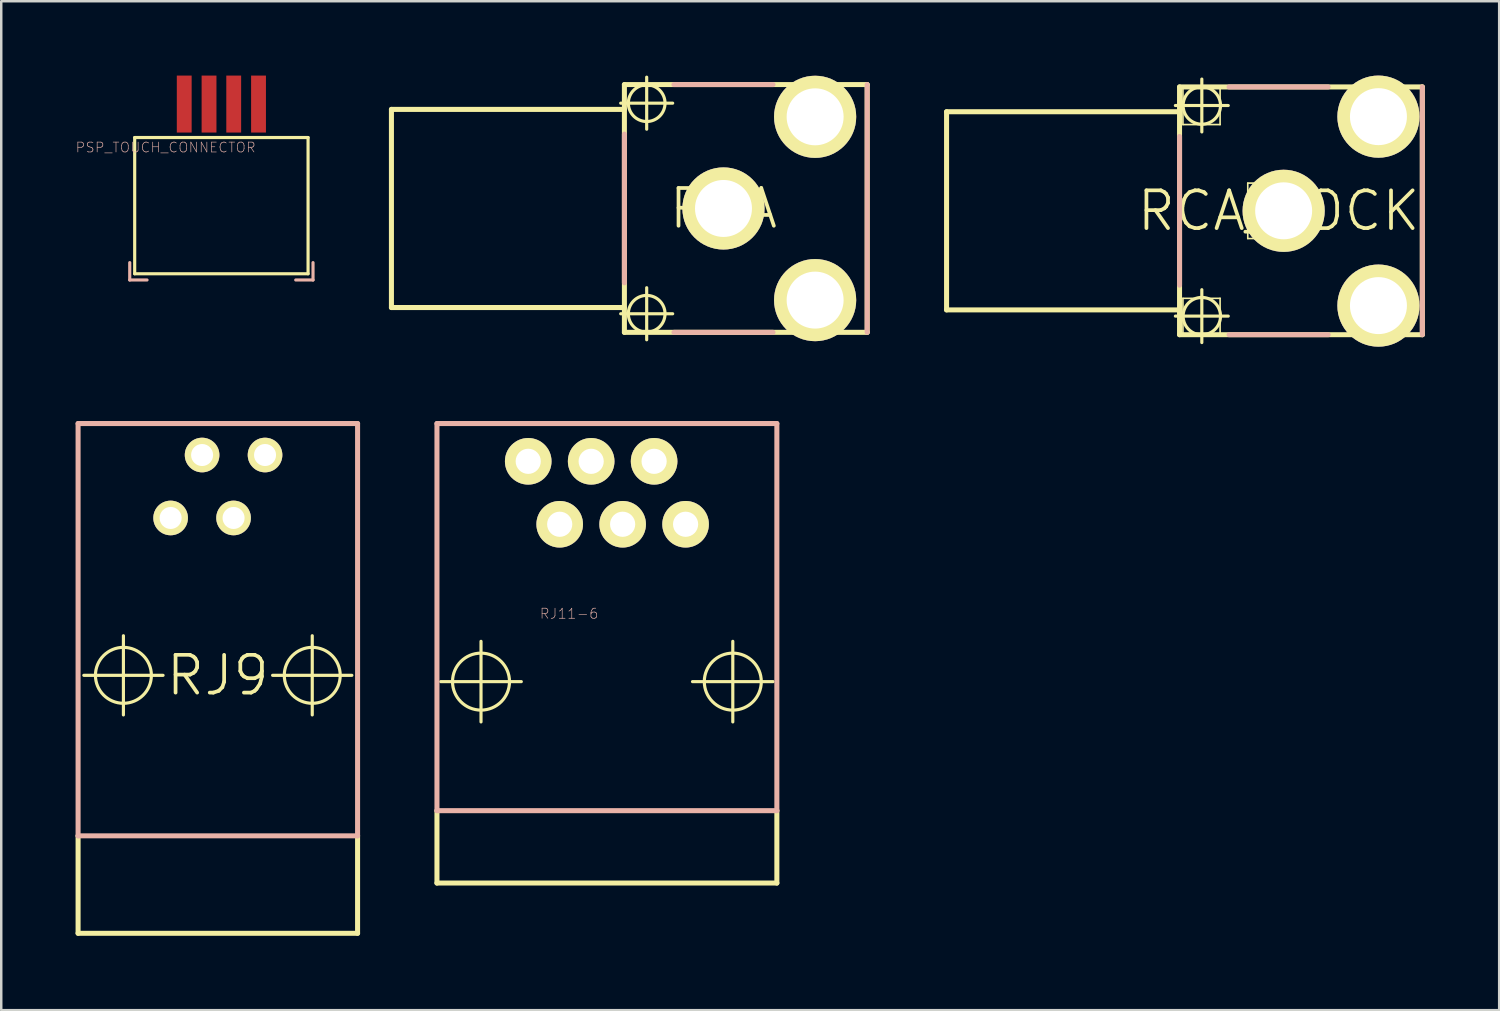
<source format=kicad_pcb>
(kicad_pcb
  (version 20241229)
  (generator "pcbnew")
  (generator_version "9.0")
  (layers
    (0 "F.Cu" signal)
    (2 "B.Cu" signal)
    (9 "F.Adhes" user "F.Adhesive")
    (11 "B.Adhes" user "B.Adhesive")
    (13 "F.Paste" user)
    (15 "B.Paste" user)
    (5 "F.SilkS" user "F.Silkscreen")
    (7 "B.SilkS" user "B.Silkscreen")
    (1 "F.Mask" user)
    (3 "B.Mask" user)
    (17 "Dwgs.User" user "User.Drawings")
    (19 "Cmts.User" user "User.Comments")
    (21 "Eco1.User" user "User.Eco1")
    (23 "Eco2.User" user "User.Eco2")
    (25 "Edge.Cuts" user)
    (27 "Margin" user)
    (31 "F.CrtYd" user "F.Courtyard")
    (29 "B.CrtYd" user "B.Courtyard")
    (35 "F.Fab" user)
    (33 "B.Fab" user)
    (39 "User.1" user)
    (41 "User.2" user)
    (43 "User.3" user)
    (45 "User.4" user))
  (footprint "PSP_TOUCH_CONNECTOR"
    (layer "F.Cu")
    (at 5.883 3.999)
    (property "Reference" "PSP_TOUCH_CONNECTOR" (at -2.248 -1.1 0) (layer "B.SilkS") (effects (font (size 0.399 0.399) (thickness 0.025))))
    (attr smd)
    (fp_line (start -3.498 -1.499) (end 3.498 -1.499) (stroke (width 0.127) (type solid)) (layer "F.SilkS"))
    (fp_line (start -3.498 3.998) (end -3.498 -1.499) (stroke (width 0.127) (type solid)) (layer "F.SilkS"))
    (fp_line (start -3.498 3.998) (end 3.498 3.998) (stroke (width 0.127) (type solid)) (layer "F.SilkS"))
    (fp_line (start 3.498 3.998) (end 3.498 -1.499) (stroke (width 0.127) (type solid)) (layer "F.SilkS"))
    (fp_line (start -3.698 3.548) (end -3.698 4.249) (stroke (width 0.127) (type solid)) (layer "B.SilkS"))
    (fp_line (start -3 4.249) (end -3.698 4.249) (stroke (width 0.127) (type solid)) (layer "B.SilkS"))
    (fp_line (start 3 4.249) (end 3.698 4.249) (stroke (width 0.127) (type solid)) (layer "B.SilkS"))
    (fp_line (start 3.698 3.548) (end 3.698 4.249) (stroke (width 0.127) (type solid)) (layer "B.SilkS"))
    (pad "X1" smd rect (at 1.499 -2.85 90) (size 2.299 0.599) (layers "F.Cu" "F.Mask" "F.Paste"))
    (pad "X2" smd rect (at -0.498 -2.85 90) (size 2.299 0.599) (layers "F.Cu" "F.Mask" "F.Paste"))
    (pad "Y1" smd rect (at -1.499 -2.85 90) (size 2.299 0.599) (layers "F.Cu" "F.Mask" "F.Paste"))
    (pad "Y2" smd rect (at 0.498 -2.85 90) (size 2.299 0.599) (layers "F.Cu" "F.Mask" "F.Paste")))
  (footprint "RJ11-6"
    (layer "F.Cu")
    (at 21.44 24.455)
    (property "Reference" "RJ11-6" (at -1.524 -2.743 0) (layer "B.SilkS") (effects (font (size 0.406 0.406) (thickness 0.025))))
    (attr exclude_from_pos_files exclude_from_bom)
    (fp_line (start -6.858 5.207) (end -6.858 8.128) (stroke (width 0.203) (type solid)) (layer "F.SilkS"))
    (fp_line (start -6.858 8.128) (end 6.858 8.128) (stroke (width 0.203) (type solid)) (layer "F.SilkS"))
    (fp_line (start -6.706 0) (end -3.454 0) (stroke (width 0.127) (type solid)) (layer "F.SilkS"))
    (fp_line (start -5.08 1.626) (end -5.08 -1.626) (stroke (width 0.127) (type solid)) (layer "F.SilkS"))
    (fp_line (start 3.454 0) (end 6.706 0) (stroke (width 0.127) (type solid)) (layer "F.SilkS"))
    (fp_line (start 5.08 1.626) (end 5.08 -1.626) (stroke (width 0.127) (type solid)) (layer "F.SilkS"))
    (fp_line (start 6.858 8.128) (end 6.858 5.207) (stroke (width 0.203) (type solid)) (layer "F.SilkS"))
    (fp_circle (center -5.08 0) (end -5.893 0.813) (stroke (width 0.127) (type solid)) (fill no) (layer "F.SilkS"))
    (fp_circle (center 5.08 0) (end 5.893 0.813) (stroke (width 0.127) (type solid)) (fill no) (layer "F.SilkS"))
    (fp_line (start -6.858 -10.414) (end -6.858 5.207) (stroke (width 0.203) (type solid)) (layer "B.SilkS"))
    (fp_line (start 6.858 -10.414) (end -6.858 -10.414) (stroke (width 0.203) (type solid)) (layer "B.SilkS"))
    (fp_line (start 6.858 5.207) (end -6.858 5.207) (stroke (width 0.203) (type solid)) (layer "B.SilkS"))
    (fp_line (start 6.858 5.207) (end 6.858 -10.414) (stroke (width 0.203) (type solid)) (layer "B.SilkS"))
    (pad "1" thru_hole circle (at -3.175 -8.89) (size 1.88 1.88) (drill 1.016) (layers "*.Cu" "F.Mask" "F.SilkS" "F.Paste"))
    (pad "2" thru_hole circle (at -1.905 -6.35) (size 1.88 1.88) (drill 1.016) (layers "*.Cu" "F.Mask" "F.SilkS" "F.Paste"))
    (pad "3" thru_hole circle (at -0.635 -8.89) (size 1.88 1.88) (drill 1.016) (layers "*.Cu" "F.Mask" "F.SilkS" "F.Paste"))
    (pad "4" thru_hole circle (at 0.635 -6.35) (size 1.88 1.88) (drill 1.016) (layers "*.Cu" "F.Mask" "F.SilkS" "F.Paste"))
    (pad "5" thru_hole circle (at 1.905 -8.89) (size 1.88 1.88) (drill 1.016) (layers "*.Cu" "F.Mask" "F.SilkS" "F.Paste"))
    (pad "6" thru_hole circle (at 3.175 -6.35) (size 1.88 1.88) (drill 1.016) (layers "*.Cu" "F.Mask" "F.SilkS" "F.Paste")))
  (footprint "RCA_LOCK"
    (layer "F.Cu")
    (at 48.545 5.457)
    (property "Reference" "RCA_LOCK" (at 0 0 0) (layer "F.SilkS") (effects (font (size 1.524 1.524) (thickness 0.15))))
    (attr exclude_from_pos_files exclude_from_bom)
    (fp_line (start -13.399 -3.998) (end -13.399 3.998) (stroke (width 0.203) (type solid)) (layer "F.SilkS"))
    (fp_line (start -13.399 3.998) (end -3.998 3.998) (stroke (width 0.203) (type solid)) (layer "F.SilkS"))
    (fp_line (start -4.166 -4.249) (end -2.032 -4.249) (stroke (width 0.127) (type solid)) (layer "F.SilkS"))
    (fp_line (start -4.166 4.249) (end -2.032 4.249) (stroke (width 0.127) (type solid)) (layer "F.SilkS"))
    (fp_line (start -3.998 -4.999) (end -3.998 4.999) (stroke (width 0.203) (type solid)) (layer "F.SilkS"))
    (fp_line (start -3.998 -3.998) (end -13.399 -3.998) (stroke (width 0.203) (type solid)) (layer "F.SilkS"))
    (fp_line (start -3.998 4.999) (end 5.799 4.999) (stroke (width 0.203) (type solid)) (layer "F.SilkS"))
    (fp_line (start -3.861 -4.978) (end -2.362 -4.978) (stroke (width 0.066) (type solid)) (layer "F.SilkS"))
    (fp_line (start -3.861 -3.48) (end -3.861 -4.978) (stroke (width 0.066) (type solid)) (layer "F.SilkS"))
    (fp_line (start -3.861 -3.48) (end -2.362 -3.48) (stroke (width 0.066) (type solid)) (layer "F.SilkS"))
    (fp_line (start -3.861 3.531) (end -2.362 3.531) (stroke (width 0.066) (type solid)) (layer "F.SilkS"))
    (fp_line (start -3.861 5.029) (end -3.861 3.531) (stroke (width 0.066) (type solid)) (layer "F.SilkS"))
    (fp_line (start -3.861 5.029) (end -2.362 5.029) (stroke (width 0.066) (type solid)) (layer "F.SilkS"))
    (fp_line (start -3.099 -3.183) (end -3.099 -5.316) (stroke (width 0.127) (type solid)) (layer "F.SilkS"))
    (fp_line (start -3.099 5.316) (end -3.099 3.183) (stroke (width 0.127) (type solid)) (layer "F.SilkS"))
    (fp_line (start -2.362 -3.48) (end -2.362 -4.978) (stroke (width 0.066) (type solid)) (layer "F.SilkS"))
    (fp_line (start -2.362 5.029) (end -2.362 3.531) (stroke (width 0.066) (type solid)) (layer "F.SilkS"))
    (fp_line (start -1.245 -1.118) (end 0.254 -1.118) (stroke (width 0.066) (type solid)) (layer "F.SilkS"))
    (fp_line (start -1.245 1.118) (end -1.245 -1.118) (stroke (width 0.066) (type solid)) (layer "F.SilkS"))
    (fp_line (start -1.245 1.118) (end 0.254 1.118) (stroke (width 0.066) (type solid)) (layer "F.SilkS"))
    (fp_line (start 0.254 1.118) (end 0.254 -1.118) (stroke (width 0.066) (type solid)) (layer "F.SilkS"))
    (fp_line (start 2.87 -3.835) (end 5.105 -3.835) (stroke (width 0.066) (type solid)) (layer "F.SilkS"))
    (fp_line (start 2.87 -3.48) (end 2.87 -3.835) (stroke (width 0.066) (type solid)) (layer "F.SilkS"))
    (fp_line (start 2.87 -3.48) (end 5.105 -3.48) (stroke (width 0.066) (type solid)) (layer "F.SilkS"))
    (fp_line (start 2.87 3.531) (end 5.105 3.531) (stroke (width 0.066) (type solid)) (layer "F.SilkS"))
    (fp_line (start 2.87 3.886) (end 2.87 3.531) (stroke (width 0.066) (type solid)) (layer "F.SilkS"))
    (fp_line (start 2.87 3.886) (end 5.105 3.886) (stroke (width 0.066) (type solid)) (layer "F.SilkS"))
    (fp_line (start 4.47 -3.454) (end 2.87 -3.454) (stroke (width 0.025) (type solid)) (layer "F.SilkS"))
    (fp_line (start 4.47 3.505) (end 2.87 3.505) (stroke (width 0.025) (type solid)) (layer "F.SilkS"))
    (fp_line (start 5.105 -3.48) (end 5.105 -3.835) (stroke (width 0.066) (type solid)) (layer "F.SilkS"))
    (fp_line (start 5.105 3.886) (end 5.105 3.531) (stroke (width 0.066) (type solid)) (layer "F.SilkS"))
    (fp_line (start 5.799 -4.999) (end -3.998 -4.999) (stroke (width 0.203) (type solid)) (layer "F.SilkS"))
    (fp_line (start 5.799 4.999) (end 5.799 -4.999) (stroke (width 0.203) (type solid)) (layer "F.SilkS"))
    (fp_circle (center -3.099 -4.249) (end -3.632 -4.783) (stroke (width 0.127) (type solid)) (fill no) (layer "F.SilkS"))
    (fp_circle (center -3.099 4.249) (end -3.632 4.783) (stroke (width 0.127) (type solid)) (fill no) (layer "F.SilkS"))
    (fp_line (start -3.998 -3) (end -3.998 3) (stroke (width 0.203) (type solid)) (layer "B.SilkS"))
    (fp_line (start -1.999 -4.999) (end 1.999 -4.999) (stroke (width 0.203) (type solid)) (layer "B.SilkS"))
    (fp_line (start -1.999 4.999) (end 1.999 4.999) (stroke (width 0.203) (type solid)) (layer "B.SilkS"))
    (fp_line (start 5.799 -4.999) (end 5.799 4.999) (stroke (width 0.203) (type solid)) (layer "B.SilkS"))
    (pad "PIN" thru_hole circle (at 4.028 -3.8) (size 3.315 3.315) (drill 2.299) (layers "*.Cu" "F.Mask" "F.SilkS" "F.Paste"))
    (pad "SHEL" thru_hole circle (at 0.203 0) (size 3.315 3.315) (drill 2.299) (layers "*.Cu" "F.Mask" "F.SilkS" "F.Paste"))
    (pad "SWIT" thru_hole circle (at 4.028 3.825) (size 3.315 3.315) (drill 2.299) (layers "*.Cu" "F.Mask" "F.SilkS" "F.Paste")))
  (footprint "RJ9"
    (layer "F.Cu")
    (at 5.74 24.201)
    (property "Reference" "RJ9" (at 0 0 0) (layer "F.SilkS") (effects (font (size 1.524 1.524) (thickness 0.15))))
    (attr exclude_from_pos_files exclude_from_bom)
    (fp_line (start -5.639 6.477) (end -5.639 10.409) (stroke (width 0.203) (type solid)) (layer "F.SilkS"))
    (fp_line (start -5.639 10.409) (end 5.639 10.409) (stroke (width 0.203) (type solid)) (layer "F.SilkS"))
    (fp_line (start -5.408 0) (end -2.21 0) (stroke (width 0.127) (type solid)) (layer "F.SilkS"))
    (fp_line (start -3.81 1.598) (end -3.81 -1.598) (stroke (width 0.127) (type solid)) (layer "F.SilkS"))
    (fp_line (start 2.21 0) (end 5.408 0) (stroke (width 0.127) (type solid)) (layer "F.SilkS"))
    (fp_line (start 3.81 1.598) (end 3.81 -1.598) (stroke (width 0.127) (type solid)) (layer "F.SilkS"))
    (fp_line (start 5.639 10.409) (end 5.639 6.477) (stroke (width 0.203) (type solid)) (layer "F.SilkS"))
    (fp_circle (center -3.81 0) (end -4.608 0.798) (stroke (width 0.127) (type solid)) (fill no) (layer "F.SilkS"))
    (fp_circle (center 3.81 0) (end 4.608 0.798) (stroke (width 0.127) (type solid)) (fill no) (layer "F.SilkS"))
    (fp_line (start -5.639 -10.16) (end -5.639 6.477) (stroke (width 0.203) (type solid)) (layer "B.SilkS"))
    (fp_line (start 5.639 -10.16) (end -5.639 -10.16) (stroke (width 0.203) (type solid)) (layer "B.SilkS"))
    (fp_line (start 5.639 6.477) (end -5.639 6.477) (stroke (width 0.203) (type solid)) (layer "B.SilkS"))
    (fp_line (start 5.639 6.477) (end 5.639 -10.16) (stroke (width 0.203) (type solid)) (layer "B.SilkS"))
    (pad "1" thru_hole circle (at -1.905 -6.35) (size 1.397 1.397) (drill 0.889) (layers "*.Cu" "F.Mask" "F.SilkS" "F.Paste"))
    (pad "2" thru_hole circle (at -0.635 -8.89) (size 1.397 1.397) (drill 0.889) (layers "*.Cu" "F.Mask" "F.SilkS" "F.Paste"))
    (pad "3" thru_hole circle (at 0.635 -6.35) (size 1.397 1.397) (drill 0.889) (layers "*.Cu" "F.Mask" "F.SilkS" "F.Paste"))
    (pad "4" thru_hole circle (at 1.905 -8.89) (size 1.397 1.397) (drill 0.889) (layers "*.Cu" "F.Mask" "F.SilkS" "F.Paste")))
  (footprint "RCA"
    (layer "F.Cu")
    (at 26.144 5.362)
    (property "Reference" "RCA" (at 0 0 0) (layer "F.SilkS") (effects (font (size 1.524 1.524) (thickness 0.15))))
    (attr exclude_from_pos_files exclude_from_bom)
    (fp_line (start -13.399 -3.998) (end -13.399 3.998) (stroke (width 0.203) (type solid)) (layer "F.SilkS"))
    (fp_line (start -13.399 3.998) (end -3.998 3.998) (stroke (width 0.203) (type solid)) (layer "F.SilkS"))
    (fp_line (start -4.148 -4.249) (end -2.05 -4.249) (stroke (width 0.127) (type solid)) (layer "F.SilkS"))
    (fp_line (start -4.148 4.249) (end -2.05 4.249) (stroke (width 0.127) (type solid)) (layer "F.SilkS"))
    (fp_line (start -3.998 -4.999) (end -3.998 4.999) (stroke (width 0.203) (type solid)) (layer "F.SilkS"))
    (fp_line (start -3.998 -3.998) (end -13.399 -3.998) (stroke (width 0.203) (type solid)) (layer "F.SilkS"))
    (fp_line (start -3.998 4.999) (end 5.799 4.999) (stroke (width 0.203) (type solid)) (layer "F.SilkS"))
    (fp_line (start -3.099 -3.198) (end -3.099 -5.298) (stroke (width 0.127) (type solid)) (layer "F.SilkS"))
    (fp_line (start -3.099 5.298) (end -3.099 3.198) (stroke (width 0.127) (type solid)) (layer "F.SilkS"))
    (fp_line (start 5.799 -4.999) (end -3.998 -4.999) (stroke (width 0.203) (type solid)) (layer "F.SilkS"))
    (fp_line (start 5.799 4.999) (end 5.799 -4.999) (stroke (width 0.203) (type solid)) (layer "F.SilkS"))
    (fp_circle (center -3.099 -4.249) (end -3.622 -4.773) (stroke (width 0.127) (type solid)) (fill no) (layer "F.SilkS"))
    (fp_circle (center -3.099 4.249) (end -3.622 4.773) (stroke (width 0.127) (type solid)) (fill no) (layer "F.SilkS"))
    (fp_line (start -3.998 -3) (end -3.998 3) (stroke (width 0.203) (type solid)) (layer "B.SilkS"))
    (fp_line (start -1.999 -4.999) (end 1.999 -4.999) (stroke (width 0.203) (type solid)) (layer "B.SilkS"))
    (fp_line (start -1.999 4.999) (end 1.999 4.999) (stroke (width 0.203) (type solid)) (layer "B.SilkS"))
    (fp_line (start 5.799 -4.999) (end 5.799 4.999) (stroke (width 0.203) (type solid)) (layer "B.SilkS"))
    (pad "PIN" thru_hole circle (at 3.698 -3.698) (size 3.315 3.315) (drill 2.299) (layers "*.Cu" "F.Mask" "F.SilkS" "F.Paste"))
    (pad "SHEL" thru_hole circle (at 0 0) (size 3.315 3.315) (drill 2.299) (layers "*.Cu" "F.Mask" "F.SilkS" "F.Paste"))
    (pad "SWIT" thru_hole circle (at 3.698 3.698) (size 3.315 3.315) (drill 2.299) (layers "*.Cu" "F.Mask" "F.SilkS" "F.Paste")))
  (gr_rect
    (start -3 -3)
    (end 57.445 37.712)
    (stroke (width 0.1) (type default))
    (fill no)
    (layer "Edge.Cuts")))
</source>
